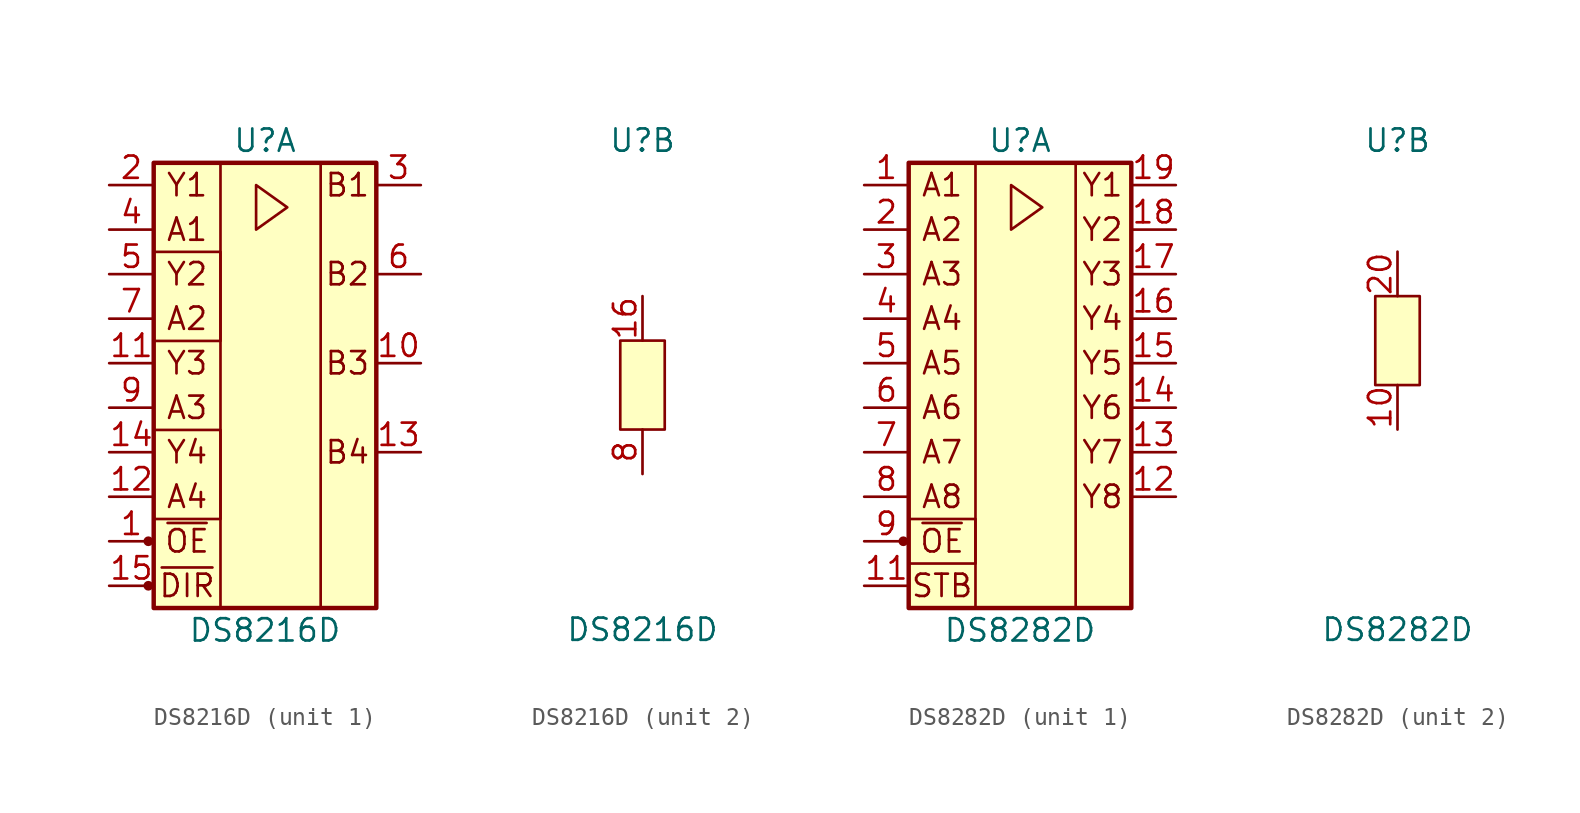
<source format=kicad_sym>
(kicad_symbol_lib
  (version 20211014)
  (generator kicad_symbol_editor)
  (symbol "DS8216D"
    (pin_names
      (offset 1.016) hide)
    (property "Reference" "U"
      (at 0 13.97 0)
      (effects (font (size 1.27 1.27))))
    (property "Value" "DS8216D"
      (at 0 -13.97 0)
      (effects (font (size 1.27 1.27))))
    (property "ki_locked" ""
      (at 0 0 0)
      (effects (font (size 1.27 1.27))))
    (symbol "DS8216D_1_1"
      (circle (center -6.655 -11.43) (radius 0.203) (stroke (width 0) (type default) (color 0 0 0 0)) (fill (type outline)))
      (circle (center -6.655 -8.89) (radius 0.203) (stroke (width 0) (type default) (color 0 0 0 0)) (fill (type outline)))
      (rectangle (start -6.35 -2.54) (end -2.54 -7.62) (stroke (width 0) (type default) (color 0 0 0 0)) (fill (type none)))
      (rectangle (start -6.35 7.62) (end -2.54 2.54) (stroke (width 0) (type default) (color 0 0 0 0)) (fill (type none)))
      (rectangle (start -6.35 12.7) (end 6.35 -12.7) (stroke (width 0.254) (type default) (color 0 0 0 0)) (fill (type background)))
      (polyline (pts (xy -0.508 11.43) (xy 1.27 10.16) (xy -0.508 8.89) (xy -0.508 11.43)) (stroke (width 0) (type default) (color 0 0 0 0)) (fill (type none)))
      (rectangle (start 3.175 12.7) (end -2.54 -12.7) (stroke (width 0) (type default) (color 0 0 0 0)) (fill (type none)))
      (text "A1" (at -4.445 8.89 0) (effects (font (size 1.27 1.27))))
      (text "A2" (at -4.445 3.81 0) (effects (font (size 1.27 1.27))))
      (text "A3" (at -4.445 -1.27 0) (effects (font (size 1.27 1.27))))
      (text "A4" (at -4.445 -6.35 0) (effects (font (size 1.27 1.27))))
      (text "B1" (at 4.699 11.43 0) (effects (font (size 1.27 1.27))))
      (text "B2" (at 4.699 6.35 0) (effects (font (size 1.27 1.27))))
      (text "B3" (at 4.699 1.27 0) (effects (font (size 1.27 1.27))))
      (text "B4" (at 4.699 -3.81 0) (effects (font (size 1.27 1.27))))
      (text "Y1" (at -4.445 11.43 0) (effects (font (size 1.27 1.27))))
      (text "Y2" (at -4.445 6.35 0) (effects (font (size 1.27 1.27))))
      (text "Y3" (at -4.445 1.27 0) (effects (font (size 1.27 1.27))))
      (text "Y4" (at -4.445 -3.81 0) (effects (font (size 1.27 1.27))))
      (text "~{DIR}" (at -4.445 -11.43 0) (effects (font (size 1.27 1.27))))
      (text "~{OE}" (at -4.445 -8.89 0) (effects (font (size 1.27 1.27))))
      (pin input line (at -8.89 -8.89 0) (length 2.54) (name "~{OE}" (effects (font (size 1.27 1.27)))) (number "1" (effects (font (size 1.27 1.27)))))
      (pin tri_state line (at 8.89 1.27 180) (length 2.54) (name "B3" (effects (font (size 1.27 1.27)))) (number "10" (effects (font (size 1.27 1.27)))))
      (pin input line (at -8.89 1.27 0) (length 2.54) (name "Y3" (effects (font (size 1.27 1.27)))) (number "11" (effects (font (size 1.27 1.27)))))
      (pin input line (at -8.89 -6.35 0) (length 2.54) (name "A4" (effects (font (size 1.27 1.27)))) (number "12" (effects (font (size 1.27 1.27)))))
      (pin tri_state line (at 8.89 -3.81 180) (length 2.54) (name "B4" (effects (font (size 1.27 1.27)))) (number "13" (effects (font (size 1.27 1.27)))))
      (pin input line (at -8.89 -3.81 0) (length 2.54) (name "Y4" (effects (font (size 1.27 1.27)))) (number "14" (effects (font (size 1.27 1.27)))))
      (pin input line (at -8.89 -11.43 0) (length 2.54) (name "~{DIR}" (effects (font (size 1.27 1.27)))) (number "15" (effects (font (size 1.27 1.27)))))
      (pin input line (at -8.89 11.43 0) (length 2.54) (name "Y1" (effects (font (size 1.27 1.27)))) (number "2" (effects (font (size 1.27 1.27)))))
      (pin tri_state line (at 8.89 11.43 180) (length 2.54) (name "B1" (effects (font (size 1.27 1.27)))) (number "3" (effects (font (size 1.27 1.27)))))
      (pin input line (at -8.89 8.89 0) (length 2.54) (name "A1" (effects (font (size 1.27 1.27)))) (number "4" (effects (font (size 1.27 1.27)))))
      (pin input line (at -8.89 6.35 0) (length 2.54) (name "Y2" (effects (font (size 1.27 1.27)))) (number "5" (effects (font (size 1.27 1.27)))))
      (pin tri_state line (at 8.89 6.35 180) (length 2.54) (name "B2" (effects (font (size 1.27 1.27)))) (number "6" (effects (font (size 1.27 1.27)))))
      (pin input line (at -8.89 3.81 0) (length 2.54) (name "A2" (effects (font (size 1.27 1.27)))) (number "7" (effects (font (size 1.27 1.27)))))
      (pin input line (at -8.89 -1.27 0) (length 2.54) (name "A3" (effects (font (size 1.27 1.27)))) (number "9" (effects (font (size 1.27 1.27))))))
    (symbol "DS8216D_2_1"
      (rectangle (start -1.27 2.54) (end 1.27 -2.54) (stroke (width 0) (type default) (color 0 0 0 0)) (fill (type background)))
      (pin power_in line (at 0 5.08 270) (length 2.54) (name "Vcc" (effects (font (size 1.27 1.27)))) (number "16" (effects (font (size 1.27 1.27)))))
      (pin power_in line (at 0 -5.08 90) (length 2.54) (name "GND" (effects (font (size 1.27 1.27)))) (number "8" (effects (font (size 1.27 1.27)))))))
  (symbol "DS8282D"
    (pin_names
      (offset 1.016) hide)
    (property "Reference" "U"
      (at 0 11.43 0)
      (effects (font (size 1.27 1.27))))
    (property "Value" "DS8282D"
      (at 0 -16.51 0)
      (effects (font (size 1.27 1.27))))
    (property "ki_locked" ""
      (at 0 0 0)
      (effects (font (size 1.27 1.27))))
    (symbol "DS8282D_1_1"
      (circle (center -6.655 -11.43) (radius 0.203) (stroke (width 0) (type default) (color 0 0 0 0)) (fill (type outline)))
      (rectangle (start -6.35 -10.16) (end -2.54 -12.7) (stroke (width 0) (type default) (color 0 0 0 0)) (fill (type none)))
      (rectangle (start -6.35 10.16) (end 6.35 -15.24) (stroke (width 0.254) (type default) (color 0 0 0 0)) (fill (type background)))
      (polyline (pts (xy -0.508 8.89) (xy 1.27 7.62) (xy -0.508 6.35) (xy -0.508 8.89)) (stroke (width 0) (type default) (color 0 0 0 0)) (fill (type none)))
      (rectangle (start 3.175 10.16) (end -2.54 -15.24) (stroke (width 0) (type default) (color 0 0 0 0)) (fill (type none)))
      (text "A1" (at -4.445 8.89 0) (effects (font (size 1.27 1.27))))
      (text "A2" (at -4.445 6.35 0) (effects (font (size 1.27 1.27))))
      (text "A3" (at -4.445 3.81 0) (effects (font (size 1.27 1.27))))
      (text "A4" (at -4.445 1.27 0) (effects (font (size 1.27 1.27))))
      (text "A5" (at -4.445 -1.27 0) (effects (font (size 1.27 1.27))))
      (text "A6" (at -4.445 -3.81 0) (effects (font (size 1.27 1.27))))
      (text "A7" (at -4.445 -6.35 0) (effects (font (size 1.27 1.27))))
      (text "A8" (at -4.445 -8.89 0) (effects (font (size 1.27 1.27))))
      (text "STB" (at -4.445 -13.97 0) (effects (font (size 1.27 1.27))))
      (text "Y1" (at 4.699 8.89 0) (effects (font (size 1.27 1.27))))
      (text "Y2" (at 4.699 6.35 0) (effects (font (size 1.27 1.27))))
      (text "Y3" (at 4.699 3.81 0) (effects (font (size 1.27 1.27))))
      (text "Y4" (at 4.699 1.27 0) (effects (font (size 1.27 1.27))))
      (text "Y5" (at 4.699 -1.27 0) (effects (font (size 1.27 1.27))))
      (text "Y6" (at 4.699 -3.81 0) (effects (font (size 1.27 1.27))))
      (text "Y7" (at 4.699 -6.35 0) (effects (font (size 1.27 1.27))))
      (text "Y8" (at 4.699 -8.89 0) (effects (font (size 1.27 1.27))))
      (text "~{OE}" (at -4.445 -11.43 0) (effects (font (size 1.27 1.27))))
      (pin input line (at -8.89 8.89 0) (length 2.54) (name "A1" (effects (font (size 1.27 1.27)))) (number "1" (effects (font (size 1.27 1.27)))))
      (pin input line (at -8.89 -13.97 0) (length 2.54) (name "STB" (effects (font (size 1.27 1.27)))) (number "11" (effects (font (size 1.27 1.27)))))
      (pin tri_state line (at 8.89 -8.89 180) (length 2.54) (name "Y8" (effects (font (size 1.27 1.27)))) (number "12" (effects (font (size 1.27 1.27)))))
      (pin tri_state line (at 8.89 -6.35 180) (length 2.54) (name "Y7" (effects (font (size 1.27 1.27)))) (number "13" (effects (font (size 1.27 1.27)))))
      (pin tri_state line (at 8.89 -3.81 180) (length 2.54) (name "Y6" (effects (font (size 1.27 1.27)))) (number "14" (effects (font (size 1.27 1.27)))))
      (pin tri_state line (at 8.89 -1.27 180) (length 2.54) (name "Y5" (effects (font (size 1.27 1.27)))) (number "15" (effects (font (size 1.27 1.27)))))
      (pin tri_state line (at 8.89 1.27 180) (length 2.54) (name "A4" (effects (font (size 1.27 1.27)))) (number "16" (effects (font (size 1.27 1.27)))))
      (pin tri_state line (at 8.89 3.81 180) (length 2.54) (name "Y3" (effects (font (size 1.27 1.27)))) (number "17" (effects (font (size 1.27 1.27)))))
      (pin tri_state line (at 8.89 6.35 180) (length 2.54) (name "Y2" (effects (font (size 1.27 1.27)))) (number "18" (effects (font (size 1.27 1.27)))))
      (pin tri_state line (at 8.89 8.89 180) (length 2.54) (name "Y1" (effects (font (size 1.27 1.27)))) (number "19" (effects (font (size 1.27 1.27)))))
      (pin input line (at -8.89 6.35 0) (length 2.54) (name "A2" (effects (font (size 1.27 1.27)))) (number "2" (effects (font (size 1.27 1.27)))))
      (pin input line (at -8.89 3.81 0) (length 2.54) (name "A3" (effects (font (size 1.27 1.27)))) (number "3" (effects (font (size 1.27 1.27)))))
      (pin input line (at -8.89 1.27 0) (length 2.54) (name "A4" (effects (font (size 1.27 1.27)))) (number "4" (effects (font (size 1.27 1.27)))))
      (pin input line (at -8.89 -1.27 0) (length 2.54) (name "A5" (effects (font (size 1.27 1.27)))) (number "5" (effects (font (size 1.27 1.27)))))
      (pin input line (at -8.89 -3.81 0) (length 2.54) (name "A6" (effects (font (size 1.27 1.27)))) (number "6" (effects (font (size 1.27 1.27)))))
      (pin input line (at -8.89 -6.35 0) (length 2.54) (name "A7" (effects (font (size 1.27 1.27)))) (number "7" (effects (font (size 1.27 1.27)))))
      (pin input line (at -8.89 -8.89 0) (length 2.54) (name "A8" (effects (font (size 1.27 1.27)))) (number "8" (effects (font (size 1.27 1.27)))))
      (pin input line (at -8.89 -11.43 0) (length 2.54) (name "~{OE}" (effects (font (size 1.27 1.27)))) (number "9" (effects (font (size 1.27 1.27))))))
    (symbol "DS8282D_2_1"
      (rectangle (start -1.27 2.54) (end 1.27 -2.54) (stroke (width 0) (type default) (color 0 0 0 0)) (fill (type background)))
      (pin power_in line (at 0 -5.08 90) (length 2.54) (name "GND" (effects (font (size 1.27 1.27)))) (number "10" (effects (font (size 1.27 1.27)))))
      (pin power_in line (at 0 5.08 270) (length 2.54) (name "Vcc" (effects (font (size 1.27 1.27)))) (number "20" (effects (font (size 1.27 1.27))))))))
</source>
